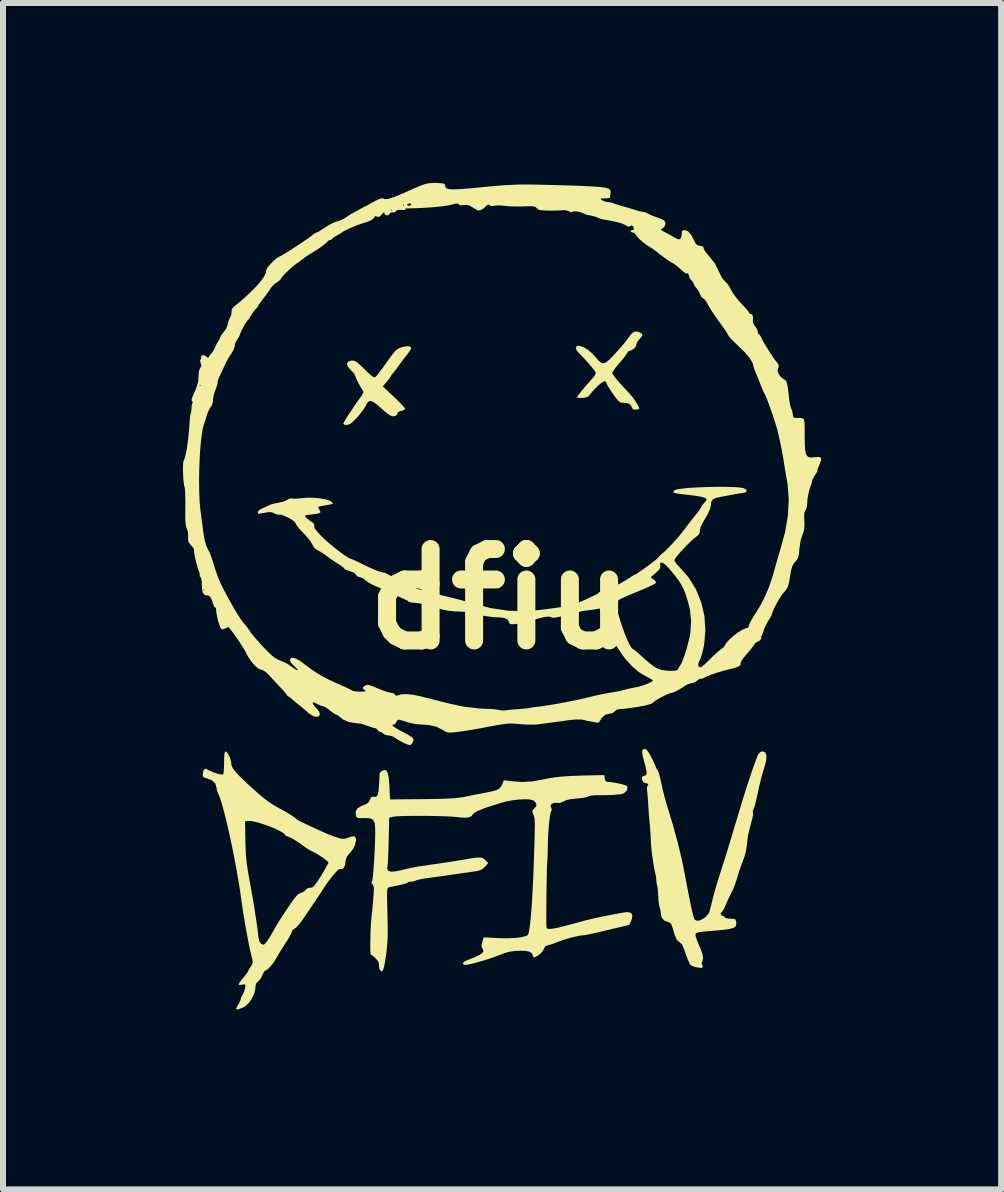
<source format=kicad_pcb>
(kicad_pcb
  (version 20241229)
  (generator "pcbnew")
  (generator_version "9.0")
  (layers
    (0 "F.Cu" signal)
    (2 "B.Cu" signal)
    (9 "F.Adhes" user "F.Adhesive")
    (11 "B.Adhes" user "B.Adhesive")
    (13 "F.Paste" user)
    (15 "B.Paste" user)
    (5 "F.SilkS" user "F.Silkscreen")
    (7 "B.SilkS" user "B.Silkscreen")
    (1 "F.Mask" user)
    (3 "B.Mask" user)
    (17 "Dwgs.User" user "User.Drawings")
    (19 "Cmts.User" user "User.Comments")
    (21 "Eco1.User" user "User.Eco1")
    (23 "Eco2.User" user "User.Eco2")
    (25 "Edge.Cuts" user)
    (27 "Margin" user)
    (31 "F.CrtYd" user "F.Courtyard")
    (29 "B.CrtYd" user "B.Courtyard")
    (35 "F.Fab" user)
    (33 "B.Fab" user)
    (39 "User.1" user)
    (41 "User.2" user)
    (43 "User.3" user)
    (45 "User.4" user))
  (footprint "dfiu"
    (layer "F.Cu")
    (at 5.29 6.938)
    (property "Reference" "dfiu" (at 0 0 0) (layer "F.SilkS") (effects (font (size 1.524 1.524) (thickness 0.3))))
    (attr board_only exclude_from_pos_files exclude_from_bom)
    (fp_poly (pts (xy -1.506 -4.213) (xy -1.483 -4.19) (xy -1.482 -4.184) (xy -1.494 -4.159) (xy -1.525 -4.113) (xy -1.569 -4.056) (xy -1.62 -3.991) (xy -1.667 -3.928) (xy -1.694 -3.889) (xy -1.737 -3.829) (xy -1.78 -3.777) (xy -1.812 -3.739) (xy -1.827 -3.713) (xy -1.827 -3.711) (xy -1.84 -3.689) (xy -1.871 -3.648) (xy -1.893 -3.622) (xy -1.959 -3.547) (xy -1.771 -3.371) (xy -1.7 -3.302) (xy -1.642 -3.242) (xy -1.601 -3.197) (xy -1.584 -3.173) (xy -1.584 -3.171) (xy -1.601 -3.153) (xy -1.645 -3.138) (xy -1.655 -3.136) (xy -1.698 -3.122) (xy -1.714 -3.105) (xy -1.713 -3.102) (xy -1.716 -3.076) (xy -1.747 -3.055) (xy -1.795 -3.047) (xy -1.797 -3.047) (xy -1.831 -3.06) (xy -1.883 -3.095) (xy -1.943 -3.144) (xy -1.949 -3.149) (xy -2.037 -3.228) (xy -2.102 -3.278) (xy -2.149 -3.301) (xy -2.185 -3.3) (xy -2.214 -3.274) (xy -2.242 -3.225) (xy -2.246 -3.217) (xy -2.277 -3.165) (xy -2.327 -3.098) (xy -2.385 -3.029) (xy -2.391 -3.023) (xy -2.455 -2.958) (xy -2.503 -2.921) (xy -2.542 -2.905) (xy -2.56 -2.903) (xy -2.602 -2.909) (xy -2.619 -2.923) (xy -2.608 -2.946) (xy -2.579 -2.996) (xy -2.536 -3.064) (xy -2.483 -3.143) (xy -2.427 -3.228) (xy -2.37 -3.309) (xy -2.319 -3.38) (xy -2.315 -3.386) (xy -2.285 -3.436) (xy -2.284 -3.468) (xy -2.289 -3.476) (xy -2.318 -3.519) (xy -2.352 -3.578) (xy -2.384 -3.64) (xy -2.408 -3.693) (xy -2.416 -3.721) (xy -2.43 -3.751) (xy -2.466 -3.793) (xy -2.488 -3.815) (xy -2.54 -3.875) (xy -2.556 -3.923) (xy -2.537 -3.958) (xy -2.483 -3.976) (xy -2.48 -3.976) (xy -2.446 -3.976) (xy -2.414 -3.965) (xy -2.376 -3.939) (xy -2.324 -3.892) (xy -2.27 -3.839) (xy -2.207 -3.778) (xy -2.152 -3.73) (xy -2.114 -3.701) (xy -2.101 -3.695) (xy -2.089 -3.698) (xy -2.073 -3.711) (xy -2.05 -3.736) (xy -2.017 -3.779) (xy -1.969 -3.842) (xy -1.905 -3.931) (xy -1.821 -4.049) (xy -1.819 -4.051) (xy -1.767 -4.119) (xy -1.724 -4.161) (xy -1.677 -4.187) (xy -1.638 -4.2) (xy -1.559 -4.216)) (stroke (width 0) (type solid)) (fill yes) (layer "F.SilkS"))
    (fp_poly (pts (xy 2.327 -4.445) (xy 2.363 -4.422) (xy 2.371 -4.4) (xy 2.351 -4.367) (xy 2.32 -4.333) (xy 2.286 -4.289) (xy 2.271 -4.253) (xy 2.271 -4.246) (xy 2.261 -4.212) (xy 2.228 -4.174) (xy 2.186 -4.147) (xy 2.163 -4.142) (xy 2.13 -4.125) (xy 2.118 -4.106) (xy 2.099 -4.076) (xy 2.061 -4.024) (xy 2.009 -3.961) (xy 1.987 -3.936) (xy 1.933 -3.871) (xy 1.892 -3.816) (xy 1.87 -3.778) (xy 1.868 -3.769) (xy 1.881 -3.74) (xy 1.916 -3.692) (xy 1.965 -3.633) (xy 1.977 -3.62) (xy 2.041 -3.55) (xy 2.107 -3.478) (xy 2.16 -3.421) (xy 2.16 -3.421) (xy 2.205 -3.367) (xy 2.249 -3.307) (xy 2.286 -3.249) (xy 2.311 -3.201) (xy 2.319 -3.172) (xy 2.315 -3.167) (xy 2.281 -3.162) (xy 2.271 -3.159) (xy 2.228 -3.158) (xy 2.218 -3.161) (xy 2.195 -3.187) (xy 2.193 -3.197) (xy 2.175 -3.237) (xy 2.128 -3.265) (xy 2.063 -3.273) (xy 2.061 -3.272) (xy 2.014 -3.275) (xy 1.977 -3.297) (xy 1.935 -3.345) (xy 1.881 -3.419) (xy 1.831 -3.493) (xy 1.792 -3.556) (xy 1.77 -3.6) (xy 1.766 -3.614) (xy 1.75 -3.632) (xy 1.736 -3.634) (xy 1.707 -3.62) (xy 1.661 -3.584) (xy 1.607 -3.535) (xy 1.553 -3.48) (xy 1.51 -3.429) (xy 1.49 -3.4) (xy 1.46 -3.372) (xy 1.403 -3.357) (xy 1.373 -3.354) (xy 1.318 -3.353) (xy 1.284 -3.358) (xy 1.279 -3.362) (xy 1.292 -3.386) (xy 1.326 -3.433) (xy 1.377 -3.496) (xy 1.438 -3.569) (xy 1.504 -3.643) (xy 1.519 -3.659) (xy 1.571 -3.721) (xy 1.593 -3.764) (xy 1.59 -3.783) (xy 1.562 -3.822) (xy 1.515 -3.88) (xy 1.457 -3.948) (xy 1.397 -4.014) (xy 1.344 -4.069) (xy 1.325 -4.087) (xy 1.277 -4.142) (xy 1.259 -4.186) (xy 1.273 -4.215) (xy 1.31 -4.223) (xy 1.377 -4.207) (xy 1.456 -4.161) (xy 1.537 -4.092) (xy 1.59 -4.034) (xy 1.641 -3.974) (xy 1.683 -3.939) (xy 1.722 -3.93) (xy 1.766 -3.948) (xy 1.82 -3.993) (xy 1.893 -4.068) (xy 1.911 -4.088) (xy 1.984 -4.168) (xy 2.053 -4.249) (xy 2.109 -4.319) (xy 2.138 -4.359) (xy 2.191 -4.427) (xy 2.24 -4.46) (xy 2.291 -4.46)) (stroke (width 0) (type solid)) (fill yes) (layer "F.SilkS"))
    (fp_poly (pts (xy 2.44 2.512) (xy 2.476 2.559) (xy 2.521 2.64) (xy 2.524 2.646) (xy 2.559 2.718) (xy 2.585 2.777) (xy 2.598 2.813) (xy 2.599 2.817) (xy 2.615 2.844) (xy 2.62 2.846) (xy 2.633 2.868) (xy 2.65 2.921) (xy 2.669 2.996) (xy 2.682 3.056) (xy 2.706 3.164) (xy 2.734 3.279) (xy 2.762 3.38) (xy 2.771 3.411) (xy 2.875 3.754) (xy 2.96 4.062) (xy 3.026 4.336) (xy 3.067 4.538) (xy 3.106 4.745) (xy 3.141 4.925) (xy 3.172 5.077) (xy 3.198 5.197) (xy 3.219 5.283) (xy 3.235 5.332) (xy 3.238 5.34) (xy 3.272 5.362) (xy 3.323 5.358) (xy 3.379 5.332) (xy 3.433 5.291) (xy 3.475 5.24) (xy 3.491 5.201) (xy 3.505 5.146) (xy 3.525 5.067) (xy 3.548 4.978) (xy 3.553 4.956) (xy 3.578 4.864) (xy 3.611 4.75) (xy 3.648 4.63) (xy 3.673 4.55) (xy 3.708 4.441) (xy 3.744 4.33) (xy 3.775 4.231) (xy 3.793 4.172) (xy 3.816 4.093) (xy 3.848 3.99) (xy 3.882 3.877) (xy 3.906 3.797) (xy 3.941 3.681) (xy 3.978 3.557) (xy 4.013 3.443) (xy 4.031 3.381) (xy 4.065 3.272) (xy 4.103 3.151) (xy 4.144 3.025) (xy 4.185 2.902) (xy 4.224 2.79) (xy 4.258 2.696) (xy 4.284 2.626) (xy 4.298 2.594) (xy 4.337 2.548) (xy 4.374 2.538) (xy 4.417 2.555) (xy 4.438 2.603) (xy 4.435 2.681) (xy 4.41 2.785) (xy 4.409 2.787) (xy 4.385 2.864) (xy 4.365 2.934) (xy 4.354 2.975) (xy 4.34 3.028) (xy 4.331 3.066) (xy 4.319 3.112) (xy 4.314 3.137) (xy 4.285 3.272) (xy 4.262 3.371) (xy 4.245 3.44) (xy 4.231 3.484) (xy 4.22 3.506) (xy 4.219 3.507) (xy 4.209 3.54) (xy 4.212 3.552) (xy 4.216 3.583) (xy 4.208 3.636) (xy 4.205 3.649) (xy 4.176 3.758) (xy 4.156 3.836) (xy 4.142 3.893) (xy 4.133 3.936) (xy 4.127 3.974) (xy 4.121 4.016) (xy 4.115 4.071) (xy 4.113 4.091) (xy 4.101 4.173) (xy 4.086 4.247) (xy 4.072 4.294) (xy 4.02 4.432) (xy 3.968 4.586) (xy 3.94 4.68) (xy 3.914 4.759) (xy 3.884 4.834) (xy 3.865 4.873) (xy 3.836 4.929) (xy 3.8 5.005) (xy 3.767 5.081) (xy 3.737 5.148) (xy 3.711 5.196) (xy 3.694 5.218) (xy 3.692 5.218) (xy 3.677 5.235) (xy 3.675 5.249) (xy 3.69 5.275) (xy 3.704 5.279) (xy 3.735 5.294) (xy 3.741 5.304) (xy 3.765 5.32) (xy 3.818 5.328) (xy 3.839 5.329) (xy 3.895 5.331) (xy 3.922 5.343) (xy 3.932 5.372) (xy 3.935 5.396) (xy 3.934 5.433) (xy 3.919 5.462) (xy 3.884 5.483) (xy 3.825 5.499) (xy 3.736 5.512) (xy 3.612 5.524) (xy 3.604 5.525) (xy 3.475 5.536) (xy 3.382 5.545) (xy 3.318 5.554) (xy 3.279 5.564) (xy 3.259 5.576) (xy 3.254 5.592) (xy 3.257 5.614) (xy 3.258 5.62) (xy 3.275 5.673) (xy 3.301 5.739) (xy 3.308 5.755) (xy 3.352 5.861) (xy 3.376 5.938) (xy 3.381 5.993) (xy 3.37 6.031) (xy 3.358 6.076) (xy 3.369 6.099) (xy 3.379 6.132) (xy 3.356 6.149) (xy 3.342 6.149) (xy 3.308 6.144) (xy 3.255 6.135) (xy 3.251 6.134) (xy 3.199 6.117) (xy 3.167 6.093) (xy 3.165 6.091) (xy 3.127 6.01) (xy 3.089 5.91) (xy 3.063 5.83) (xy 3.032 5.759) (xy 2.992 5.721) (xy 2.962 5.701) (xy 2.937 5.667) (xy 2.913 5.61) (xy 2.886 5.524) (xy 2.877 5.492) (xy 2.856 5.429) (xy 2.832 5.396) (xy 2.8 5.384) (xy 2.8 5.384) (xy 2.732 5.357) (xy 2.69 5.306) (xy 2.68 5.257) (xy 2.672 5.192) (xy 2.66 5.147) (xy 2.649 5.1) (xy 2.639 5.028) (xy 2.634 4.948) (xy 2.629 4.873) (xy 2.623 4.814) (xy 2.617 4.782) (xy 2.617 4.782) (xy 2.609 4.749) (xy 2.602 4.695) (xy 2.601 4.682) (xy 2.597 4.628) (xy 2.59 4.593) (xy 2.589 4.589) (xy 2.582 4.563) (xy 2.571 4.507) (xy 2.557 4.43) (xy 2.544 4.344) (xy 2.531 4.257) (xy 2.526 4.213) (xy 2.52 4.152) (xy 2.513 4.068) (xy 2.508 3.978) (xy 2.508 3.969) (xy 2.503 3.879) (xy 2.497 3.794) (xy 2.491 3.73) (xy 2.49 3.726) (xy 2.485 3.671) (xy 2.478 3.589) (xy 2.471 3.491) (xy 2.467 3.421) (xy 2.461 3.327) (xy 2.454 3.246) (xy 2.448 3.188) (xy 2.444 3.164) (xy 2.447 3.128) (xy 2.456 3.117) (xy 2.469 3.095) (xy 2.452 3.074) (xy 2.416 3.066) (xy 2.382 3.049) (xy 2.361 3.01) (xy 2.363 2.969) (xy 2.365 2.965) (xy 2.395 2.945) (xy 2.405 2.944) (xy 2.43 2.936) (xy 2.441 2.908) (xy 2.436 2.855) (xy 2.417 2.771) (xy 2.403 2.722) (xy 2.377 2.624) (xy 2.366 2.558) (xy 2.37 2.519) (xy 2.389 2.501) (xy 2.412 2.497)) (stroke (width 0) (type solid)) (fill yes) (layer "F.SilkS"))
    (fp_poly (pts (xy -4.556 2.555) (xy -4.528 2.599) (xy -4.503 2.654) (xy -4.488 2.708) (xy -4.486 2.726) (xy -4.481 2.767) (xy -4.465 2.809) (xy -4.434 2.856) (xy -4.385 2.913) (xy -4.314 2.985) (xy -4.217 3.077) (xy -4.159 3.13) (xy -4.043 3.234) (xy -3.947 3.315) (xy -3.862 3.379) (xy -3.78 3.433) (xy -3.692 3.484) (xy -3.674 3.493) (xy -3.587 3.541) (xy -3.51 3.587) (xy -3.452 3.624) (xy -3.424 3.645) (xy -3.372 3.685) (xy -3.33 3.709) (xy -3.29 3.728) (xy -3.225 3.759) (xy -3.143 3.797) (xy -3.086 3.824) (xy -2.987 3.869) (xy -2.883 3.914) (xy -2.792 3.95) (xy -2.757 3.962) (xy -2.684 3.986) (xy -2.636 3.997) (xy -2.596 3.996) (xy -2.553 3.984) (xy -2.53 3.976) (xy -2.471 3.957) (xy -2.437 3.955) (xy -2.417 3.968) (xy -2.402 4.006) (xy -2.404 4.023) (xy -2.415 4.063) (xy -2.425 4.106) (xy -2.447 4.154) (xy -2.487 4.21) (xy -2.508 4.232) (xy -2.559 4.296) (xy -2.578 4.355) (xy -2.579 4.366) (xy -2.587 4.43) (xy -2.607 4.479) (xy -2.635 4.501) (xy -2.649 4.5) (xy -2.686 4.503) (xy -2.705 4.514) (xy -2.734 4.545) (xy -2.779 4.597) (xy -2.829 4.659) (xy -2.875 4.719) (xy -2.908 4.765) (xy -2.914 4.775) (xy -2.934 4.807) (xy -2.972 4.865) (xy -3.024 4.943) (xy -3.084 5.034) (xy -3.149 5.129) (xy -3.212 5.223) (xy -3.27 5.309) (xy -3.311 5.368) (xy -3.358 5.428) (xy -3.401 5.475) (xy -3.432 5.497) (xy -3.433 5.497) (xy -3.465 5.52) (xy -3.472 5.54) (xy -3.483 5.571) (xy -3.512 5.626) (xy -3.553 5.695) (xy -3.579 5.734) (xy -3.633 5.818) (xy -3.685 5.902) (xy -3.726 5.973) (xy -3.736 5.991) (xy -3.777 6.057) (xy -3.825 6.119) (xy -3.872 6.167) (xy -3.91 6.191) (xy -3.917 6.193) (xy -3.935 6.21) (xy -3.958 6.253) (xy -3.967 6.273) (xy -3.996 6.329) (xy -4.031 6.369) (xy -4.04 6.375) (xy -4.07 6.405) (xy -4.081 6.458) (xy -4.081 6.476) (xy -4.096 6.561) (xy -4.135 6.651) (xy -4.191 6.732) (xy -4.255 6.792) (xy -4.29 6.811) (xy -4.361 6.837) (xy -4.399 6.841) (xy -4.406 6.833) (xy -4.396 6.811) (xy -4.373 6.769) (xy -4.365 6.757) (xy -4.339 6.706) (xy -4.325 6.666) (xy -4.325 6.661) (xy -4.312 6.623) (xy -4.297 6.6) (xy -4.275 6.559) (xy -4.257 6.501) (xy -4.255 6.492) (xy -4.248 6.443) (xy -4.256 6.424) (xy -4.285 6.425) (xy -4.304 6.429) (xy -4.346 6.433) (xy -4.365 6.427) (xy -4.365 6.426) (xy -4.353 6.404) (xy -4.322 6.361) (xy -4.284 6.314) (xy -4.242 6.262) (xy -4.212 6.221) (xy -4.203 6.203) (xy -4.192 6.179) (xy -4.166 6.137) (xy -4.16 6.129) (xy -4.138 6.094) (xy -4.128 6.063) (xy -4.131 6.023) (xy -4.145 5.96) (xy -4.149 5.943) (xy -4.175 5.833) (xy -4.203 5.693) (xy -4.233 5.535) (xy -4.262 5.369) (xy -4.289 5.207) (xy -4.31 5.058) (xy -4.315 5.025) (xy -4.338 4.86) (xy -4.367 4.68) (xy -4.401 4.491) (xy -4.437 4.297) (xy -4.476 4.104) (xy -4.516 3.918) (xy -4.556 3.744) (xy -4.565 3.705) (xy -4.254 3.705) (xy -4.249 4.029) (xy -4.245 4.167) (xy -4.238 4.286) (xy -4.227 4.4) (xy -4.209 4.523) (xy -4.184 4.667) (xy -4.174 4.719) (xy -4.146 4.877) (xy -4.117 5.041) (xy -4.091 5.203) (xy -4.068 5.354) (xy -4.049 5.487) (xy -4.036 5.593) (xy -4.031 5.643) (xy -4.015 5.707) (xy -3.985 5.75) (xy -3.945 5.762) (xy -3.943 5.762) (xy -3.919 5.743) (xy -3.883 5.697) (xy -3.841 5.634) (xy -3.835 5.624) (xy -3.796 5.556) (xy -3.763 5.499) (xy -3.745 5.464) (xy -3.744 5.462) (xy -3.728 5.435) (xy -3.694 5.381) (xy -3.646 5.306) (xy -3.589 5.218) (xy -3.558 5.171) (xy -3.488 5.068) (xy -3.435 4.994) (xy -3.394 4.945) (xy -3.363 4.916) (xy -3.335 4.902) (xy -3.326 4.9) (xy -3.277 4.879) (xy -3.247 4.85) (xy -3.209 4.819) (xy -3.169 4.812) (xy -3.141 4.809) (xy -3.115 4.794) (xy -3.086 4.763) (xy -3.049 4.71) (xy -2.997 4.628) (xy -2.986 4.612) (xy -2.938 4.531) (xy -2.898 4.462) (xy -2.871 4.412) (xy -2.863 4.39) (xy -2.879 4.371) (xy -2.921 4.338) (xy -2.978 4.298) (xy -3.042 4.256) (xy -3.103 4.221) (xy -3.15 4.198) (xy -3.154 4.196) (xy -3.197 4.174) (xy -3.246 4.141) (xy -3.322 4.085) (xy -3.399 4.034) (xy -3.468 3.992) (xy -3.52 3.966) (xy -3.543 3.959) (xy -3.578 3.943) (xy -3.586 3.93) (xy -3.613 3.902) (xy -3.672 3.867) (xy -3.752 3.828) (xy -3.846 3.789) (xy -3.945 3.754) (xy -4.04 3.725) (xy -4.123 3.705) (xy -4.185 3.698) (xy -4.196 3.699) (xy -4.254 3.705) (xy -4.565 3.705) (xy -4.594 3.587) (xy -4.63 3.452) (xy -4.662 3.345) (xy -4.689 3.271) (xy -4.697 3.255) (xy -4.72 3.197) (xy -4.731 3.146) (xy -4.731 3.143) (xy -4.751 3.074) (xy -4.806 3.022) (xy -4.879 2.993) (xy -4.932 2.977) (xy -4.956 2.957) (xy -4.961 2.924) (xy -4.96 2.914) (xy -4.947 2.855) (xy -4.922 2.828) (xy -4.889 2.836) (xy -4.889 2.837) (xy -4.847 2.861) (xy -4.788 2.886) (xy -4.723 2.908) (xy -4.666 2.922) (xy -4.627 2.925) (xy -4.618 2.921) (xy -4.612 2.892) (xy -4.607 2.833) (xy -4.604 2.755) (xy -4.604 2.719) (xy -4.602 2.623) (xy -4.595 2.564) (xy -4.584 2.539) (xy -4.58 2.538)) (stroke (width 0) (type solid)) (fill yes) (layer "F.SilkS"))
    (fp_poly (pts (xy -1.896 2.862) (xy -1.874 2.904) (xy -1.859 2.98) (xy -1.849 3.091) (xy -1.848 3.122) (xy -1.837 3.34) (xy -1.297 3.335) (xy -1.122 3.333) (xy -0.981 3.33) (xy -0.867 3.326) (xy -0.775 3.32) (xy -0.696 3.312) (xy -0.625 3.302) (xy -0.556 3.289) (xy -0.455 3.268) (xy -0.356 3.249) (xy -0.274 3.233) (xy -0.246 3.228) (xy -0.139 3.207) (xy -0.065 3.185) (xy -0.016 3.158) (xy 0.016 3.122) (xy 0.031 3.092) (xy 0.061 3.02) (xy 0.188 3.036) (xy 0.362 3.05) (xy 0.529 3.04) (xy 0.673 3.015) (xy 0.797 2.99) (xy 0.914 2.971) (xy 1.037 2.958) (xy 1.175 2.949) (xy 1.34 2.943) (xy 1.411 2.941) (xy 1.736 2.934) (xy 1.742 2.99) (xy 1.755 3.03) (xy 1.773 3.046) (xy 1.838 3.051) (xy 1.915 3.063) (xy 1.993 3.078) (xy 2.06 3.095) (xy 2.102 3.111) (xy 2.11 3.116) (xy 2.123 3.153) (xy 2.107 3.196) (xy 2.071 3.232) (xy 2.021 3.252) (xy 2.015 3.252) (xy 1.954 3.257) (xy 1.888 3.264) (xy 1.833 3.268) (xy 1.753 3.269) (xy 1.666 3.269) (xy 1.659 3.269) (xy 1.569 3.27) (xy 1.503 3.278) (xy 1.472 3.289) (xy 1.439 3.302) (xy 1.377 3.314) (xy 1.299 3.323) (xy 1.275 3.325) (xy 1.167 3.336) (xy 1.095 3.353) (xy 1.06 3.372) (xy 0.996 3.399) (xy 0.947 3.397) (xy 0.891 3.399) (xy 0.852 3.419) (xy 0.838 3.451) (xy 0.85 3.479) (xy 0.86 3.512) (xy 0.854 3.524) (xy 0.842 3.556) (xy 0.829 3.62) (xy 0.817 3.709) (xy 0.807 3.816) (xy 0.799 3.932) (xy 0.794 4.05) (xy 0.793 4.122) (xy 0.791 4.218) (xy 0.789 4.304) (xy 0.785 4.37) (xy 0.782 4.396) (xy 0.78 4.429) (xy 0.778 4.495) (xy 0.776 4.588) (xy 0.774 4.701) (xy 0.772 4.827) (xy 0.77 4.958) (xy 0.769 5.088) (xy 0.768 5.21) (xy 0.768 5.317) (xy 0.768 5.402) (xy 0.769 5.457) (xy 0.77 5.467) (xy 0.775 5.485) (xy 0.79 5.496) (xy 0.819 5.5) (xy 0.866 5.496) (xy 0.934 5.484) (xy 1.028 5.462) (xy 1.151 5.43) (xy 1.308 5.388) (xy 1.404 5.362) (xy 1.482 5.342) (xy 1.581 5.319) (xy 1.692 5.295) (xy 1.806 5.272) (xy 1.915 5.251) (xy 2.01 5.234) (xy 2.083 5.222) (xy 2.124 5.218) (xy 2.179 5.232) (xy 2.202 5.27) (xy 2.194 5.332) (xy 2.185 5.356) (xy 2.151 5.431) (xy 1.791 5.518) (xy 1.673 5.546) (xy 1.567 5.57) (xy 1.48 5.589) (xy 1.418 5.601) (xy 1.391 5.604) (xy 1.334 5.61) (xy 1.251 5.627) (xy 1.156 5.651) (xy 1.06 5.679) (xy 0.976 5.709) (xy 0.954 5.717) (xy 0.885 5.745) (xy 0.823 5.764) (xy 0.793 5.771) (xy 0.749 5.79) (xy 0.725 5.838) (xy 0.704 5.874) (xy 0.668 5.912) (xy 0.625 5.946) (xy 0.585 5.969) (xy 0.556 5.974) (xy 0.548 5.961) (xy 0.537 5.926) (xy 0.521 5.899) (xy 0.483 5.877) (xy 0.417 5.865) (xy 0.331 5.862) (xy 0.237 5.867) (xy 0.145 5.881) (xy 0.064 5.904) (xy 0.047 5.911) (xy -0.04 5.945) (xy -0.141 5.982) (xy -0.248 6.017) (xy -0.354 6.048) (xy -0.45 6.074) (xy -0.529 6.092) (xy -0.582 6.1) (xy -0.599 6.098) (xy -0.625 6.078) (xy -0.611 6.053) (xy -0.558 6.023) (xy -0.493 5.998) (xy -0.418 5.968) (xy -0.352 5.936) (xy -0.318 5.914) (xy -0.284 5.883) (xy -0.28 5.858) (xy -0.295 5.833) (xy -0.311 5.796) (xy -0.309 5.751) (xy -0.299 5.716) (xy -0.276 5.639) (xy -0.031 5.652) (xy 0.113 5.655) (xy 0.242 5.65) (xy 0.348 5.638) (xy 0.426 5.618) (xy 0.458 5.601) (xy 0.472 5.571) (xy 0.486 5.502) (xy 0.5 5.398) (xy 0.513 5.26) (xy 0.526 5.091) (xy 0.538 4.893) (xy 0.549 4.668) (xy 0.559 4.42) (xy 0.56 4.386) (xy 0.566 4.196) (xy 0.571 4.042) (xy 0.574 3.921) (xy 0.576 3.827) (xy 0.577 3.756) (xy 0.575 3.703) (xy 0.572 3.665) (xy 0.567 3.637) (xy 0.561 3.614) (xy 0.553 3.595) (xy 0.536 3.548) (xy 0.539 3.52) (xy 0.565 3.495) (xy 0.569 3.492) (xy 0.602 3.448) (xy 0.598 3.401) (xy 0.557 3.36) (xy 0.548 3.355) (xy 0.496 3.341) (xy 0.415 3.337) (xy 0.316 3.341) (xy 0.21 3.353) (xy 0.107 3.373) (xy 0.061 3.384) (xy -0.115 3.437) (xy -0.255 3.483) (xy -0.359 3.524) (xy -0.425 3.558) (xy -0.45 3.581) (xy -0.479 3.617) (xy -0.52 3.638) (xy -0.581 3.645) (xy -0.671 3.64) (xy -0.723 3.634) (xy -0.798 3.627) (xy -0.899 3.622) (xy -1.02 3.618) (xy -1.153 3.615) (xy -1.29 3.614) (xy -1.425 3.614) (xy -1.549 3.615) (xy -1.656 3.618) (xy -1.739 3.623) (xy -1.789 3.629) (xy -1.793 3.63) (xy -1.851 3.646) (xy -1.86 4.021) (xy -1.863 4.143) (xy -1.867 4.253) (xy -1.871 4.345) (xy -1.875 4.41) (xy -1.878 4.44) (xy -1.884 4.494) (xy -1.869 4.528) (xy -1.829 4.544) (xy -1.762 4.542) (xy -1.663 4.523) (xy -1.605 4.509) (xy -1.549 4.495) (xy -1.495 4.483) (xy -1.436 4.471) (xy -1.368 4.459) (xy -1.282 4.446) (xy -1.173 4.43) (xy -1.033 4.41) (xy -0.944 4.397) (xy -0.831 4.38) (xy -0.712 4.361) (xy -0.605 4.344) (xy -0.558 4.335) (xy -0.451 4.317) (xy -0.375 4.308) (xy -0.322 4.309) (xy -0.284 4.321) (xy -0.254 4.345) (xy -0.246 4.352) (xy -0.201 4.4) (xy -0.252 4.461) (xy -0.304 4.507) (xy -0.372 4.531) (xy -0.4 4.536) (xy -0.463 4.545) (xy -0.551 4.558) (xy -0.652 4.572) (xy -0.711 4.581) (xy -0.803 4.594) (xy -0.884 4.605) (xy -0.942 4.614) (xy -0.964 4.617) (xy -1.002 4.623) (xy -1.068 4.632) (xy -1.152 4.643) (xy -1.198 4.649) (xy -1.283 4.662) (xy -1.354 4.676) (xy -1.399 4.688) (xy -1.41 4.693) (xy -1.443 4.706) (xy -1.485 4.71) (xy -1.53 4.716) (xy -1.551 4.728) (xy -1.576 4.741) (xy -1.628 4.756) (xy -1.69 4.771) (xy -1.763 4.785) (xy -1.824 4.799) (xy -1.855 4.806) (xy -1.868 4.811) (xy -1.877 4.823) (xy -1.883 4.847) (xy -1.886 4.887) (xy -1.887 4.95) (xy -1.886 5.04) (xy -1.883 5.162) (xy -1.881 5.246) (xy -1.877 5.41) (xy -1.876 5.543) (xy -1.878 5.655) (xy -1.884 5.757) (xy -1.894 5.857) (xy -1.904 5.937) (xy -1.923 6.06) (xy -1.94 6.145) (xy -1.958 6.193) (xy -1.977 6.208) (xy -1.998 6.193) (xy -2.01 6.173) (xy -2.023 6.124) (xy -2.021 6.093) (xy -2.028 6.051) (xy -2.072 5.995) (xy -2.074 5.992) (xy -2.118 5.954) (xy -2.15 5.931) (xy -2.158 5.929) (xy -2.163 5.91) (xy -2.166 5.858) (xy -2.167 5.782) (xy -2.166 5.689) (xy -2.164 5.588) (xy -2.16 5.486) (xy -2.154 5.391) (xy -2.147 5.311) (xy -2.146 5.299) (xy -2.135 5.2) (xy -2.125 5.095) (xy -2.117 4.993) (xy -2.11 4.904) (xy -2.107 4.837) (xy -2.108 4.803) (xy -2.123 4.762) (xy -2.136 4.748) (xy -2.149 4.726) (xy -2.138 4.707) (xy -2.131 4.68) (xy -2.123 4.619) (xy -2.115 4.532) (xy -2.107 4.426) (xy -2.1 4.307) (xy -2.093 4.184) (xy -2.088 4.063) (xy -2.085 3.952) (xy -2.084 3.857) (xy -2.085 3.82) (xy -2.093 3.736) (xy -2.116 3.684) (xy -2.162 3.657) (xy -2.238 3.65) (xy -2.272 3.651) (xy -2.341 3.652) (xy -2.38 3.646) (xy -2.399 3.63) (xy -2.405 3.616) (xy -2.412 3.546) (xy -2.382 3.49) (xy -2.315 3.449) (xy -2.294 3.441) (xy -2.229 3.415) (xy -2.192 3.383) (xy -2.174 3.347) (xy -2.152 3.303) (xy -2.124 3.293) (xy -2.113 3.295) (xy -2.084 3.299) (xy -2.062 3.29) (xy -2.045 3.265) (xy -2.033 3.218) (xy -2.024 3.144) (xy -2.017 3.038) (xy -2.011 2.909) (xy -1.994 2.881) (xy -1.967 2.862) (xy -1.926 2.849)) (stroke (width 0) (type solid)) (fill yes) (layer "F.SilkS"))
    (fp_poly (pts (xy -1.066 -6.938) (xy -0.991 -6.934) (xy -0.947 -6.928) (xy -0.926 -6.915) (xy -0.918 -6.893) (xy -0.918 -6.89) (xy -0.912 -6.868) (xy -0.9 -6.851) (xy -0.876 -6.84) (xy -0.838 -6.833) (xy -0.782 -6.83) (xy -0.703 -6.833) (xy -0.597 -6.84) (xy -0.461 -6.852) (xy -0.291 -6.868) (xy -0.183 -6.879) (xy 0.065 -6.9) (xy 0.291 -6.911) (xy 0.51 -6.912) (xy 0.548 -6.911) (xy 0.805 -6.905) (xy 1.024 -6.899) (xy 1.209 -6.894) (xy 1.362 -6.888) (xy 1.487 -6.882) (xy 1.587 -6.876) (xy 1.665 -6.87) (xy 1.724 -6.863) (xy 1.767 -6.855) (xy 1.798 -6.846) (xy 1.813 -6.839) (xy 1.839 -6.807) (xy 1.84 -6.765) (xy 1.832 -6.719) (xy 1.829 -6.695) (xy 1.81 -6.686) (xy 1.764 -6.68) (xy 1.742 -6.68) (xy 1.691 -6.679) (xy 1.674 -6.673) (xy 1.686 -6.658) (xy 1.697 -6.65) (xy 1.747 -6.627) (xy 1.792 -6.62) (xy 1.848 -6.613) (xy 1.883 -6.601) (xy 1.919 -6.587) (xy 1.982 -6.567) (xy 2.06 -6.544) (xy 2.081 -6.538) (xy 2.163 -6.514) (xy 2.235 -6.493) (xy 2.284 -6.477) (xy 2.29 -6.475) (xy 2.347 -6.46) (xy 2.382 -6.456) (xy 2.434 -6.443) (xy 2.465 -6.426) (xy 2.506 -6.404) (xy 2.57 -6.379) (xy 2.61 -6.366) (xy 2.674 -6.343) (xy 2.723 -6.319) (xy 2.74 -6.305) (xy 2.755 -6.26) (xy 2.74 -6.212) (xy 2.703 -6.177) (xy 2.697 -6.175) (xy 2.679 -6.164) (xy 2.688 -6.15) (xy 2.726 -6.127) (xy 2.755 -6.112) (xy 2.824 -6.076) (xy 2.887 -6.04) (xy 2.909 -6.025) (xy 2.966 -5.997) (xy 3.004 -6.005) (xy 3.023 -6.049) (xy 3.025 -6.08) (xy 3.029 -6.129) (xy 3.046 -6.149) (xy 3.075 -6.152) (xy 3.129 -6.133) (xy 3.181 -6.077) (xy 3.227 -5.99) (xy 3.229 -5.985) (xy 3.26 -5.925) (xy 3.295 -5.896) (xy 3.345 -5.888) (xy 3.383 -5.876) (xy 3.391 -5.85) (xy 3.404 -5.817) (xy 3.439 -5.767) (xy 3.481 -5.719) (xy 3.579 -5.595) (xy 3.644 -5.462) (xy 3.696 -5.357) (xy 3.746 -5.299) (xy 3.789 -5.254) (xy 3.818 -5.211) (xy 3.82 -5.208) (xy 3.883 -5.093) (xy 3.971 -4.979) (xy 4.037 -4.908) (xy 4.09 -4.852) (xy 4.129 -4.806) (xy 4.147 -4.779) (xy 4.147 -4.776) (xy 4.156 -4.761) (xy 4.157 -4.761) (xy 4.2 -4.744) (xy 4.216 -4.7) (xy 4.213 -4.669) (xy 4.211 -4.618) (xy 4.235 -4.566) (xy 4.254 -4.539) (xy 4.284 -4.492) (xy 4.296 -4.456) (xy 4.295 -4.447) (xy 4.295 -4.428) (xy 4.303 -4.426) (xy 4.324 -4.409) (xy 4.348 -4.368) (xy 4.352 -4.36) (xy 4.379 -4.305) (xy 4.423 -4.229) (xy 4.476 -4.143) (xy 4.53 -4.06) (xy 4.579 -3.989) (xy 4.615 -3.944) (xy 4.642 -3.904) (xy 4.641 -3.867) (xy 4.634 -3.85) (xy 4.624 -3.807) (xy 4.638 -3.762) (xy 4.65 -3.74) (xy 4.686 -3.695) (xy 4.724 -3.667) (xy 4.727 -3.666) (xy 4.752 -3.653) (xy 4.77 -3.628) (xy 4.784 -3.585) (xy 4.796 -3.516) (xy 4.808 -3.414) (xy 4.811 -3.384) (xy 4.822 -3.301) (xy 4.834 -3.233) (xy 4.845 -3.189) (xy 4.849 -3.181) (xy 4.865 -3.146) (xy 4.876 -3.091) (xy 4.876 -3.086) (xy 4.885 -3.039) (xy 4.903 -3.021) (xy 4.934 -3.021) (xy 4.994 -3.021) (xy 5.03 -3.016) (xy 5.048 -3.009) (xy 5.061 -2.997) (xy 5.069 -2.973) (xy 5.074 -2.929) (xy 5.075 -2.86) (xy 5.076 -2.759) (xy 5.076 -2.725) (xy 5.077 -2.592) (xy 5.083 -2.494) (xy 5.094 -2.427) (xy 5.115 -2.386) (xy 5.146 -2.365) (xy 5.19 -2.361) (xy 5.238 -2.365) (xy 5.309 -2.37) (xy 5.346 -2.357) (xy 5.351 -2.322) (xy 5.333 -2.269) (xy 5.299 -2.187) (xy 5.286 -2.14) (xy 5.287 -2.132) (xy 5.277 -2.11) (xy 5.252 -2.07) (xy 5.243 -2.058) (xy 5.213 -2.008) (xy 5.198 -1.967) (xy 5.198 -1.961) (xy 5.188 -1.915) (xy 5.179 -1.893) (xy 5.157 -1.835) (xy 5.137 -1.753) (xy 5.122 -1.664) (xy 5.117 -1.586) (xy 5.11 -1.527) (xy 5.093 -1.483) (xy 5.088 -1.477) (xy 5.072 -1.447) (xy 5.066 -1.394) (xy 5.07 -1.31) (xy 5.072 -1.233) (xy 5.068 -1.167) (xy 5.059 -1.129) (xy 5.011 -0.992) (xy 4.986 -0.831) (xy 4.985 -0.811) (xy 4.978 -0.734) (xy 4.962 -0.681) (xy 4.932 -0.638) (xy 4.918 -0.622) (xy 4.888 -0.584) (xy 4.866 -0.54) (xy 4.849 -0.478) (xy 4.833 -0.389) (xy 4.831 -0.376) (xy 4.816 -0.285) (xy 4.801 -0.223) (xy 4.781 -0.178) (xy 4.751 -0.136) (xy 4.728 -0.111) (xy 4.69 -0.062) (xy 4.646 0.007) (xy 4.602 0.083) (xy 4.564 0.158) (xy 4.537 0.22) (xy 4.528 0.257) (xy 4.517 0.282) (xy 4.49 0.329) (xy 4.467 0.365) (xy 4.43 0.43) (xy 4.402 0.492) (xy 4.394 0.517) (xy 4.378 0.57) (xy 4.36 0.605) (xy 4.348 0.633) (xy 4.351 0.642) (xy 4.349 0.664) (xy 4.326 0.691) (xy 4.296 0.709) (xy 4.286 0.711) (xy 4.261 0.726) (xy 4.231 0.764) (xy 4.229 0.766) (xy 4.198 0.81) (xy 4.149 0.87) (xy 4.096 0.932) (xy 4.049 0.989) (xy 4.018 1.037) (xy 4.007 1.066) (xy 4.008 1.067) (xy 4.006 1.098) (xy 3.972 1.125) (xy 3.903 1.149) (xy 3.835 1.166) (xy 3.73 1.192) (xy 3.622 1.224) (xy 3.524 1.257) (xy 3.445 1.289) (xy 3.401 1.311) (xy 3.364 1.328) (xy 3.343 1.326) (xy 3.321 1.33) (xy 3.289 1.356) (xy 3.288 1.357) (xy 3.241 1.389) (xy 3.195 1.401) (xy 3.144 1.413) (xy 3.087 1.441) (xy 3.079 1.447) (xy 3.009 1.493) (xy 2.94 1.532) (xy 2.885 1.557) (xy 2.86 1.563) (xy 2.822 1.573) (xy 2.761 1.598) (xy 2.692 1.633) (xy 2.626 1.669) (xy 2.575 1.702) (xy 2.555 1.72) (xy 2.529 1.74) (xy 2.477 1.759) (xy 2.394 1.779) (xy 2.294 1.797) (xy 2.196 1.812) (xy 2.106 1.824) (xy 2.037 1.831) (xy 2.001 1.832) (xy 1.94 1.844) (xy 1.914 1.868) (xy 1.873 1.9) (xy 1.835 1.909) (xy 1.756 1.925) (xy 1.695 1.977) (xy 1.674 2.012) (xy 1.646 2.053) (xy 1.617 2.063) (xy 1.599 2.059) (xy 1.543 2.046) (xy 1.503 2.04) (xy 1.45 2.031) (xy 1.419 2.021) (xy 1.355 2.008) (xy 1.262 2.007) (xy 1.149 2.017) (xy 1.147 2.018) (xy 1.01 2.037) (xy 0.873 2.055) (xy 0.75 2.072) (xy 0.65 2.085) (xy 0.619 2.089) (xy 0.552 2.093) (xy 0.461 2.092) (xy 0.361 2.087) (xy 0.325 2.084) (xy 0.259 2.078) (xy 0.204 2.075) (xy 0.152 2.075) (xy 0.096 2.079) (xy 0.029 2.088) (xy -0.055 2.102) (xy -0.165 2.122) (xy -0.306 2.149) (xy -0.325 2.153) (xy -0.438 2.173) (xy -0.559 2.193) (xy -0.669 2.209) (xy -0.709 2.214) (xy -0.794 2.223) (xy -0.85 2.225) (xy -0.889 2.219) (xy -0.922 2.204) (xy -0.953 2.184) (xy -1.064 2.128) (xy -1.196 2.098) (xy -1.311 2.091) (xy -1.414 2.083) (xy -1.52 2.061) (xy -1.553 2.051) (xy -1.62 2.029) (xy -1.673 2.014) (xy -1.696 2.01) (xy -1.721 2.027) (xy -1.732 2.051) (xy -1.754 2.084) (xy -1.776 2.091) (xy -1.8 2.097) (xy -1.79 2.116) (xy -1.745 2.148) (xy -1.664 2.194) (xy -1.622 2.216) (xy -1.548 2.256) (xy -1.489 2.292) (xy -1.454 2.319) (xy -1.448 2.326) (xy -1.449 2.364) (xy -1.469 2.406) (xy -1.497 2.433) (xy -1.508 2.435) (xy -1.539 2.426) (xy -1.592 2.404) (xy -1.633 2.385) (xy -1.695 2.351) (xy -1.747 2.319) (xy -1.766 2.305) (xy -1.811 2.282) (xy -1.862 2.274) (xy -1.915 2.265) (xy -1.949 2.244) (xy -1.984 2.218) (xy -2.003 2.213) (xy -2.035 2.197) (xy -2.043 2.183) (xy -2.07 2.156) (xy -2.085 2.152) (xy -2.124 2.144) (xy -2.176 2.125) (xy -2.18 2.124) (xy -2.313 2.08) (xy -2.447 2.063) (xy -2.537 2.046) (xy -2.62 2.008) (xy -2.679 1.961) (xy -2.712 1.934) (xy -2.73 1.929) (xy -2.758 1.916) (xy -2.804 1.885) (xy -2.837 1.858) (xy -2.89 1.818) (xy -2.936 1.792) (xy -2.955 1.787) (xy -2.994 1.776) (xy -3.047 1.751) (xy -3.058 1.744) (xy -3.106 1.722) (xy -3.127 1.725) (xy -3.121 1.752) (xy -3.087 1.795) (xy -3.065 1.818) (xy -3.019 1.876) (xy -3.007 1.922) (xy -3.022 1.952) (xy -3.059 1.964) (xy -3.113 1.953) (xy -3.176 1.917) (xy -3.198 1.898) (xy -3.261 1.843) (xy -3.326 1.789) (xy -3.35 1.77) (xy -3.407 1.724) (xy -3.459 1.678) (xy -3.468 1.67) (xy -3.506 1.638) (xy -3.533 1.624) (xy -3.534 1.624) (xy -3.553 1.61) (xy -3.553 1.607) (xy -3.566 1.584) (xy -3.601 1.542) (xy -3.649 1.49) (xy -3.65 1.489) (xy -3.718 1.416) (xy -3.794 1.334) (xy -3.84 1.283) (xy -3.909 1.215) (xy -3.963 1.182) (xy -3.984 1.178) (xy -4.03 1.16) (xy -4.087 1.113) (xy -4.147 1.043) (xy -4.205 0.959) (xy -4.25 0.873) (xy -4.273 0.831) (xy -4.311 0.771) (xy -4.357 0.7) (xy -4.408 0.627) (xy -4.456 0.56) (xy -4.497 0.506) (xy -4.524 0.473) (xy -4.532 0.467) (xy -4.561 0.477) (xy -4.587 0.491) (xy -4.627 0.505) (xy -4.654 0.492) (xy -4.671 0.462) (xy -4.692 0.404) (xy -4.712 0.333) (xy -4.727 0.26) (xy -4.736 0.199) (xy -4.736 0.178) (xy -4.742 0.148) (xy -4.751 0.142) (xy -4.769 0.125) (xy -4.782 0.096) (xy -4.808 0.014) (xy -4.834 -0.036) (xy -4.862 -0.058) (xy -4.881 -0.061) (xy -4.928 -0.07) (xy -4.957 -0.102) (xy -4.969 -0.152) (xy -4.954 -0.152) (xy -4.944 -0.142) (xy -4.934 -0.152) (xy -4.944 -0.162) (xy -4.954 -0.152) (xy -4.969 -0.152) (xy -4.971 -0.163) (xy -4.974 -0.238) (xy -4.978 -0.311) (xy -4.987 -0.356) (xy -4.996 -0.365) (xy -5.011 -0.38) (xy -5.009 -0.391) (xy -5.011 -0.428) (xy -5.021 -0.457) (xy -5.037 -0.498) (xy -5.056 -0.561) (xy -5.075 -0.636) (xy -5.091 -0.71) (xy -5.102 -0.771) (xy -5.105 -0.81) (xy -5.104 -0.817) (xy -5.11 -0.839) (xy -5.138 -0.879) (xy -5.154 -0.896) (xy -5.193 -0.945) (xy -5.206 -0.991) (xy -5.203 -1.035) (xy -5.207 -1.119) (xy -5.224 -1.17) (xy -5.237 -1.204) (xy -5.245 -1.253) (xy -5.25 -1.323) (xy -5.251 -1.421) (xy -5.25 -1.523) (xy -5.249 -1.633) (xy -5.251 -1.731) (xy -5.255 -1.809) (xy -5.261 -1.859) (xy -5.263 -1.867) (xy -5.274 -1.914) (xy -5.28 -1.968) (xy -5.021 -1.968) (xy -5.019 -1.8) (xy -5.013 -1.645) (xy -5.002 -1.51) (xy -4.997 -1.472) (xy -4.983 -1.364) (xy -4.967 -1.244) (xy -4.955 -1.147) (xy -4.931 -0.999) (xy -4.902 -0.891) (xy -4.87 -0.821) (xy -4.863 -0.812) (xy -4.847 -0.781) (xy -4.824 -0.72) (xy -4.796 -0.639) (xy -4.774 -0.569) (xy -4.738 -0.455) (xy -4.702 -0.357) (xy -4.663 -0.264) (xy -4.613 -0.164) (xy -4.55 -0.045) (xy -4.523 0.004) (xy -4.446 0.14) (xy -4.384 0.245) (xy -4.334 0.324) (xy -4.291 0.384) (xy -4.264 0.416) (xy -4.219 0.471) (xy -4.181 0.525) (xy -4.177 0.53) (xy -4.146 0.574) (xy -4.099 0.633) (xy -4.057 0.681) (xy -3.957 0.791) (xy -3.877 0.875) (xy -3.812 0.936) (xy -3.757 0.979) (xy -3.707 1.008) (xy -3.665 1.026) (xy -3.598 1.054) (xy -3.542 1.083) (xy -3.523 1.096) (xy -3.475 1.132) (xy -3.427 1.163) (xy -3.389 1.184) (xy -3.371 1.188) (xy -3.37 1.187) (xy -3.384 1.168) (xy -3.419 1.132) (xy -3.444 1.108) (xy -3.494 1.053) (xy -3.507 1.012) (xy -3.506 1.007) (xy -3.478 0.978) (xy -3.427 0.983) (xy -3.354 1.02) (xy -3.282 1.072) (xy -3.14 1.178) (xy -3.008 1.263) (xy -2.869 1.338) (xy -2.711 1.411) (xy -2.622 1.45) (xy -2.546 1.485) (xy -2.492 1.511) (xy -2.468 1.525) (xy -2.438 1.535) (xy -2.382 1.542) (xy -2.337 1.543) (xy -2.275 1.542) (xy -2.247 1.538) (xy -2.248 1.527) (xy -2.265 1.513) (xy -2.292 1.488) (xy -2.287 1.47) (xy -2.264 1.451) (xy -2.243 1.436) (xy -2.222 1.429) (xy -2.193 1.432) (xy -2.148 1.446) (xy -2.08 1.473) (xy -2.013 1.501) (xy -1.936 1.531) (xy -1.867 1.553) (xy -1.82 1.563) (xy -1.814 1.563) (xy -1.772 1.574) (xy -1.754 1.593) (xy -1.734 1.613) (xy -1.705 1.604) (xy -1.647 1.588) (xy -1.562 1.585) (xy -1.462 1.594) (xy -1.357 1.614) (xy -1.35 1.616) (xy -1.271 1.636) (xy -1.196 1.654) (xy -1.157 1.664) (xy -1.106 1.677) (xy -1.029 1.696) (xy -0.939 1.72) (xy -0.893 1.732) (xy -0.613 1.793) (xy -0.34 1.825) (xy -0.227 1.83) (xy -0.145 1.833) (xy -0.072 1.84) (xy -0.024 1.849) (xy -0.023 1.849) (xy 0.037 1.858) (xy 0.081 1.856) (xy 0.127 1.849) (xy 0.198 1.842) (xy 0.274 1.837) (xy 0.358 1.83) (xy 0.437 1.822) (xy 0.487 1.814) (xy 0.552 1.803) (xy 0.608 1.797) (xy 0.609 1.796) (xy 0.662 1.791) (xy 0.743 1.779) (xy 0.84 1.764) (xy 0.94 1.747) (xy 1.033 1.73) (xy 1.066 1.724) (xy 1.149 1.707) (xy 1.234 1.691) (xy 1.259 1.686) (xy 1.324 1.672) (xy 1.41 1.652) (xy 1.502 1.63) (xy 1.513 1.627) (xy 1.616 1.602) (xy 1.73 1.579) (xy 1.827 1.562) (xy 1.917 1.547) (xy 2.006 1.529) (xy 2.071 1.513) (xy 2.146 1.493) (xy 2.22 1.478) (xy 2.238 1.475) (xy 2.303 1.462) (xy 2.375 1.441) (xy 2.445 1.416) (xy 2.502 1.39) (xy 2.538 1.368) (xy 2.545 1.356) (xy 2.521 1.337) (xy 2.472 1.309) (xy 2.429 1.288) (xy 2.317 1.221) (xy 2.202 1.124) (xy 2.092 1.005) (xy 2.026 0.916) (xy 1.927 0.767) (xy 1.851 0.646) (xy 1.796 0.551) (xy 1.76 0.478) (xy 1.746 0.438) (xy 1.724 0.366) (xy 1.699 0.283) (xy 1.69 0.256) (xy 1.66 0.158) (xy 1.566 0.173) (xy 1.497 0.183) (xy 1.437 0.191) (xy 1.421 0.192) (xy 1.369 0.2) (xy 1.34 0.207) (xy 1.303 0.218) (xy 1.243 0.232) (xy 1.208 0.24) (xy 1.125 0.259) (xy 1.034 0.282) (xy 0.998 0.292) (xy 0.92 0.31) (xy 0.869 0.31) (xy 0.849 0.303) (xy 0.82 0.293) (xy 0.779 0.293) (xy 0.719 0.303) (xy 0.632 0.325) (xy 0.569 0.342) (xy 0.424 0.381) (xy 0.314 0.407) (xy 0.235 0.419) (xy 0.182 0.418) (xy 0.152 0.405) (xy 0.142 0.38) (xy 0.142 0.376) (xy 0.123 0.34) (xy 0.07 0.315) (xy -0.013 0.305) (xy -0.033 0.305) (xy -0.113 0.301) (xy -0.203 0.29) (xy -0.291 0.276) (xy -0.366 0.259) (xy -0.415 0.242) (xy -0.425 0.236) (xy -0.458 0.224) (xy -0.519 0.216) (xy -0.595 0.211) (xy -0.597 0.211) (xy -0.743 0.206) (xy -0.869 0.193) (xy -0.967 0.174) (xy -1.003 0.163) (xy -1.059 0.147) (xy -1.099 0.142) (xy -1.142 0.134) (xy -1.201 0.114) (xy -1.224 0.104) (xy -1.3 0.08) (xy -1.385 0.065) (xy -1.41 0.063) (xy -1.47 0.059) (xy -1.512 0.051) (xy -1.522 0.045) (xy -1.547 0.027) (xy -1.584 0.008) (xy -1.626 -0.011) (xy -1.692 -0.041) (xy -1.769 -0.078) (xy -1.787 -0.086) (xy -1.881 -0.13) (xy -1.982 -0.175) (xy -2.07 -0.212) (xy -2.071 -0.213) (xy -2.145 -0.247) (xy -2.21 -0.285) (xy -2.248 -0.316) (xy -2.294 -0.351) (xy -2.342 -0.365) (xy -2.387 -0.38) (xy -2.401 -0.403) (xy -2.43 -0.436) (xy -2.497 -0.462) (xy -2.505 -0.464) (xy -2.56 -0.482) (xy -2.594 -0.499) (xy -2.599 -0.507) (xy -2.615 -0.527) (xy -2.657 -0.558) (xy -2.695 -0.582) (xy -2.767 -0.628) (xy -2.848 -0.684) (xy -2.893 -0.718) (xy -2.956 -0.763) (xy -3.015 -0.8) (xy -3.049 -0.816) (xy -3.102 -0.855) (xy -3.133 -0.91) (xy -3.162 -0.96) (xy -3.212 -1.024) (xy -3.272 -1.091) (xy -3.287 -1.106) (xy -3.344 -1.166) (xy -3.387 -1.218) (xy -3.409 -1.255) (xy -3.411 -1.262) (xy -3.428 -1.288) (xy -3.472 -1.322) (xy -3.532 -1.356) (xy -3.595 -1.386) (xy -3.65 -1.406) (xy -3.686 -1.408) (xy -3.686 -1.408) (xy -3.724 -1.41) (xy -3.765 -1.429) (xy -3.804 -1.447) (xy -3.85 -1.451) (xy -3.919 -1.441) (xy -3.92 -1.441) (xy -3.981 -1.43) (xy -4.022 -1.423) (xy -4.033 -1.421) (xy -4.04 -1.438) (xy -4.04 -1.453) (xy -4.023 -1.48) (xy -3.979 -1.508) (xy -3.964 -1.514) (xy -3.904 -1.54) (xy -3.854 -1.564) (xy -3.848 -1.568) (xy -3.804 -1.584) (xy -3.739 -1.599) (xy -3.699 -1.606) (xy -3.63 -1.621) (xy -3.573 -1.642) (xy -3.553 -1.655) (xy -3.507 -1.678) (xy -3.477 -1.677) (xy -3.437 -1.673) (xy -3.373 -1.676) (xy -3.308 -1.683) (xy -3.212 -1.691) (xy -3.107 -1.689) (xy -3.004 -1.679) (xy -2.913 -1.663) (xy -2.844 -1.641) (xy -2.815 -1.624) (xy -2.797 -1.606) (xy -2.791 -1.594) (xy -2.805 -1.585) (xy -2.842 -1.575) (xy -2.91 -1.563) (xy -2.971 -1.553) (xy -3.02 -1.544) (xy -3.036 -1.531) (xy -3.026 -1.506) (xy -3.017 -1.492) (xy -2.999 -1.462) (xy -2.999 -1.442) (xy -3.023 -1.429) (xy -3.076 -1.419) (xy -3.143 -1.411) (xy -3.212 -1.403) (xy -3.247 -1.395) (xy -3.255 -1.383) (xy -3.242 -1.364) (xy -3.235 -1.356) (xy -3.188 -1.316) (xy -3.144 -1.288) (xy -3.105 -1.257) (xy -3.1 -1.22) (xy -3.1 -1.219) (xy -3.098 -1.191) (xy -3.074 -1.152) (xy -3.027 -1.097) (xy -2.962 -1.029) (xy -2.894 -0.967) (xy -2.815 -0.899) (xy -2.731 -0.831) (xy -2.649 -0.769) (xy -2.576 -0.718) (xy -2.52 -0.683) (xy -2.486 -0.67) (xy -2.486 -0.67) (xy -2.461 -0.661) (xy -2.408 -0.637) (xy -2.336 -0.603) (xy -2.271 -0.57) (xy -2.183 -0.528) (xy -2.101 -0.491) (xy -2.036 -0.466) (xy -2.007 -0.458) (xy -1.904 -0.43) (xy -1.837 -0.394) (xy -1.806 -0.352) (xy -1.784 -0.317) (xy -1.761 -0.304) (xy -1.747 -0.317) (xy -1.746 -0.325) (xy -1.733 -0.344) (xy -1.699 -0.337) (xy -1.652 -0.305) (xy -1.64 -0.294) (xy -1.6 -0.261) (xy -1.571 -0.244) (xy -1.568 -0.244) (xy -1.541 -0.235) (xy -1.492 -0.214) (xy -1.461 -0.2) (xy -1.412 -0.181) (xy -1.332 -0.156) (xy -1.229 -0.127) (xy -1.11 -0.096) (xy -0.995 -0.068) (xy -0.863 -0.036) (xy -0.732 -0.003) (xy -0.613 0.028) (xy -0.514 0.055) (xy -0.457 0.072) (xy -0.156 0.151) (xy 0.133 0.194) (xy 0.416 0.202) (xy 0.629 0.185) (xy 0.797 0.164) (xy 0.931 0.146) (xy 1.039 0.129) (xy 1.129 0.112) (xy 1.164 0.103) (xy 1.938 0.103) (xy 1.95 0.173) (xy 1.972 0.263) (xy 2.002 0.365) (xy 2.038 0.472) (xy 2.076 0.577) (xy 2.115 0.672) (xy 2.152 0.752) (xy 2.184 0.807) (xy 2.209 0.832) (xy 2.213 0.832) (xy 2.234 0.846) (xy 2.277 0.881) (xy 2.336 0.933) (xy 2.387 0.98) (xy 2.462 1.046) (xy 2.536 1.104) (xy 2.599 1.146) (xy 2.627 1.161) (xy 2.69 1.18) (xy 2.764 1.192) (xy 2.838 1.197) (xy 2.904 1.195) (xy 2.949 1.185) (xy 2.964 1.17) (xy 2.979 1.134) (xy 2.993 1.118) (xy 3.014 1.085) (xy 3.042 1.022) (xy 3.073 0.936) (xy 3.104 0.838) (xy 3.132 0.735) (xy 3.156 0.636) (xy 3.169 0.565) (xy 3.183 0.366) (xy 3.161 0.167) (xy 3.126 0.029) (xy 3.094 -0.071) (xy 3.063 -0.152) (xy 3.029 -0.222) (xy 2.987 -0.292) (xy 2.93 -0.369) (xy 2.854 -0.464) (xy 2.811 -0.515) (xy 2.757 -0.571) (xy 2.711 -0.603) (xy 2.678 -0.609) (xy 2.664 -0.588) (xy 2.668 -0.56) (xy 2.669 -0.526) (xy 2.65 -0.491) (xy 2.605 -0.447) (xy 2.594 -0.437) (xy 2.508 -0.364) (xy 2.553 -0.332) (xy 2.587 -0.3) (xy 2.599 -0.276) (xy 2.581 -0.259) (xy 2.533 -0.232) (xy 2.461 -0.198) (xy 2.372 -0.159) (xy 2.36 -0.155) (xy 2.226 -0.099) (xy 2.124 -0.057) (xy 2.051 -0.024) (xy 2 0.001) (xy 1.968 0.021) (xy 1.95 0.038) (xy 1.941 0.055) (xy 1.94 0.059) (xy 1.938 0.103) (xy 1.164 0.103) (xy 1.207 0.092) (xy 1.281 0.067) (xy 1.358 0.036) (xy 1.446 -0.003) (xy 1.551 -0.053) (xy 1.617 -0.085) (xy 1.659 -0.12) (xy 1.683 -0.155) (xy 1.703 -0.185) (xy 1.737 -0.2) (xy 1.797 -0.203) (xy 1.886 -0.215) (xy 1.985 -0.252) (xy 2.101 -0.318) (xy 2.146 -0.348) (xy 2.196 -0.381) (xy 2.232 -0.402) (xy 2.242 -0.406) (xy 2.265 -0.418) (xy 2.312 -0.448) (xy 2.374 -0.491) (xy 2.444 -0.541) (xy 2.512 -0.592) (xy 2.571 -0.637) (xy 2.612 -0.671) (xy 2.626 -0.686) (xy 2.655 -0.72) (xy 2.687 -0.748) (xy 2.747 -0.8) (xy 2.822 -0.874) (xy 2.902 -0.959) (xy 2.978 -1.045) (xy 3.04 -1.122) (xy 3.051 -1.136) (xy 3.106 -1.209) (xy 3.173 -1.296) (xy 3.237 -1.378) (xy 3.242 -1.383) (xy 3.291 -1.446) (xy 3.329 -1.497) (xy 3.348 -1.529) (xy 3.35 -1.534) (xy 3.363 -1.559) (xy 3.395 -1.597) (xy 3.402 -1.605) (xy 3.434 -1.642) (xy 3.439 -1.665) (xy 3.422 -1.684) (xy 3.391 -1.696) (xy 3.328 -1.71) (xy 3.243 -1.724) (xy 3.147 -1.735) (xy 3.051 -1.746) (xy 2.971 -1.757) (xy 2.913 -1.767) (xy 2.888 -1.775) (xy 2.888 -1.775) (xy 2.89 -1.797) (xy 2.908 -1.816) (xy 2.946 -1.829) (xy 3.017 -1.84) (xy 3.116 -1.851) (xy 3.234 -1.859) (xy 3.365 -1.865) (xy 3.503 -1.87) (xy 3.64 -1.872) (xy 3.77 -1.871) (xy 3.885 -1.868) (xy 3.979 -1.862) (xy 4.045 -1.852) (xy 4.053 -1.85) (xy 4.099 -1.828) (xy 4.11 -1.8) (xy 4.084 -1.778) (xy 4.051 -1.771) (xy 3.994 -1.763) (xy 3.92 -1.75) (xy 3.888 -1.744) (xy 3.804 -1.728) (xy 3.711 -1.711) (xy 3.678 -1.705) (xy 3.594 -1.686) (xy 3.544 -1.661) (xy 3.519 -1.623) (xy 3.513 -1.571) (xy 3.498 -1.502) (xy 3.457 -1.412) (xy 3.433 -1.371) (xy 3.377 -1.274) (xy 3.343 -1.204) (xy 3.327 -1.151) (xy 3.327 -1.114) (xy 3.314 -1.082) (xy 3.278 -1.048) (xy 3.275 -1.045) (xy 3.23 -1.011) (xy 3.172 -0.958) (xy 3.106 -0.893) (xy 3.041 -0.824) (xy 2.981 -0.758) (xy 2.935 -0.702) (xy 2.908 -0.662) (xy 2.903 -0.65) (xy 2.917 -0.618) (xy 2.953 -0.571) (xy 2.99 -0.532) (xy 3.143 -0.357) (xy 3.264 -0.16) (xy 3.351 0.055) (xy 3.404 0.283) (xy 3.42 0.519) (xy 3.401 0.744) (xy 3.383 0.839) (xy 3.36 0.926) (xy 3.338 0.992) (xy 3.328 1.013) (xy 3.301 1.074) (xy 3.302 1.118) (xy 3.33 1.137) (xy 3.338 1.137) (xy 3.364 1.123) (xy 3.41 1.086) (xy 3.467 1.032) (xy 3.495 1.003) (xy 3.56 0.939) (xy 3.621 0.883) (xy 3.668 0.845) (xy 3.68 0.836) (xy 3.723 0.804) (xy 3.746 0.772) (xy 3.774 0.724) (xy 3.827 0.667) (xy 3.896 0.607) (xy 3.969 0.552) (xy 4.038 0.51) (xy 4.093 0.488) (xy 4.105 0.487) (xy 4.136 0.471) (xy 4.142 0.449) (xy 4.153 0.416) (xy 4.181 0.36) (xy 4.222 0.29) (xy 4.241 0.262) (xy 4.335 0.109) (xy 4.412 -0.039) (xy 4.478 -0.195) (xy 4.538 -0.371) (xy 4.58 -0.518) (xy 4.607 -0.617) (xy 4.637 -0.719) (xy 4.662 -0.804) (xy 4.668 -0.822) (xy 4.749 -1.118) (xy 4.796 -1.394) (xy 4.81 -1.657) (xy 4.791 -1.908) (xy 4.78 -1.975) (xy 4.764 -2.065) (xy 4.75 -2.151) (xy 4.739 -2.215) (xy 4.738 -2.223) (xy 4.72 -2.339) (xy 4.696 -2.471) (xy 4.669 -2.607) (xy 4.641 -2.733) (xy 4.616 -2.835) (xy 4.611 -2.853) (xy 4.587 -2.932) (xy 4.557 -3.026) (xy 4.523 -3.126) (xy 4.488 -3.223) (xy 4.456 -3.31) (xy 4.429 -3.377) (xy 4.411 -3.416) (xy 4.409 -3.42) (xy 4.393 -3.449) (xy 4.369 -3.504) (xy 4.345 -3.563) (xy 4.313 -3.645) (xy 4.28 -3.726) (xy 4.261 -3.77) (xy 4.238 -3.826) (xy 4.225 -3.867) (xy 4.223 -3.877) (xy 4.206 -3.94) (xy 4.156 -4.021) (xy 4.076 -4.116) (xy 3.977 -4.213) (xy 3.908 -4.279) (xy 3.851 -4.336) (xy 3.812 -4.38) (xy 3.798 -4.402) (xy 3.786 -4.427) (xy 3.754 -4.478) (xy 3.707 -4.546) (xy 3.655 -4.617) (xy 3.592 -4.704) (xy 3.533 -4.792) (xy 3.485 -4.868) (xy 3.462 -4.91) (xy 3.429 -4.967) (xy 3.398 -5.005) (xy 3.381 -5.015) (xy 3.357 -5.032) (xy 3.334 -5.075) (xy 3.331 -5.084) (xy 3.303 -5.142) (xy 3.269 -5.187) (xy 3.268 -5.188) (xy 3.238 -5.225) (xy 3.228 -5.252) (xy 3.214 -5.285) (xy 3.188 -5.314) (xy 3.157 -5.353) (xy 3.147 -5.384) (xy 3.137 -5.421) (xy 3.127 -5.431) (xy 3.108 -5.431) (xy 3.106 -5.425) (xy 3.093 -5.429) (xy 3.058 -5.455) (xy 3.007 -5.499) (xy 3 -5.505) (xy 2.944 -5.554) (xy 2.899 -5.589) (xy 2.872 -5.604) (xy 2.871 -5.604) (xy 2.846 -5.616) (xy 2.797 -5.648) (xy 2.731 -5.695) (xy 2.656 -5.752) (xy 2.579 -5.813) (xy 2.575 -5.816) (xy 2.53 -5.848) (xy 2.494 -5.869) (xy 2.435 -5.907) (xy 2.372 -5.956) (xy 2.315 -6.007) (xy 2.275 -6.052) (xy 2.263 -6.073) (xy 2.236 -6.105) (xy 2.212 -6.111) (xy 2.179 -6.12) (xy 2.173 -6.132) (xy 2.189 -6.15) (xy 2.203 -6.152) (xy 2.23 -6.162) (xy 2.225 -6.192) (xy 2.214 -6.213) (xy 2.192 -6.232) (xy 2.17 -6.219) (xy 2.144 -6.207) (xy 2.107 -6.222) (xy 2.093 -6.232) (xy 2.034 -6.26) (xy 1.937 -6.288) (xy 1.802 -6.316) (xy 1.726 -6.328) (xy 1.672 -6.34) (xy 1.636 -6.354) (xy 1.634 -6.355) (xy 1.603 -6.369) (xy 1.549 -6.385) (xy 1.491 -6.399) (xy 1.452 -6.405) (xy 1.419 -6.415) (xy 1.391 -6.428) (xy 1.343 -6.448) (xy 1.287 -6.461) (xy 1.236 -6.465) (xy 1.203 -6.46) (xy 1.198 -6.453) (xy 1.184 -6.447) (xy 1.151 -6.462) (xy 1.096 -6.482) (xy 1.045 -6.484) (xy 0.996 -6.48) (xy 0.922 -6.478) (xy 0.835 -6.477) (xy 0.812 -6.477) (xy 0.724 -6.479) (xy 0.667 -6.485) (xy 0.632 -6.497) (xy 0.61 -6.516) (xy 0.609 -6.517) (xy 0.59 -6.535) (xy 0.563 -6.545) (xy 0.519 -6.55) (xy 0.449 -6.549) (xy 0.386 -6.547) (xy 0.286 -6.545) (xy 0.187 -6.547) (xy 0.107 -6.552) (xy 0.085 -6.555) (xy 0.006 -6.563) (xy -0.073 -6.562) (xy -0.102 -6.558) (xy -0.149 -6.553) (xy -0.171 -6.557) (xy -0.171 -6.561) (xy -0.177 -6.576) (xy -0.191 -6.578) (xy -0.228 -6.563) (xy -0.238 -6.551) (xy -0.27 -6.519) (xy -0.318 -6.49) (xy -0.36 -6.477) (xy -0.361 -6.477) (xy -0.388 -6.487) (xy -0.434 -6.514) (xy -0.457 -6.529) (xy -0.517 -6.563) (xy -0.569 -6.573) (xy -0.605 -6.568) (xy -0.666 -6.565) (xy -0.692 -6.581) (xy -0.711 -6.595) (xy -0.748 -6.592) (xy -0.785 -6.582) (xy -0.862 -6.564) (xy -0.97 -6.548) (xy -1.102 -6.535) (xy -1.249 -6.524) (xy -1.402 -6.517) (xy -1.531 -6.514) (xy -1.579 -6.511) (xy -1.588 -6.501) (xy -1.583 -6.497) (xy -1.583 -6.488) (xy -1.617 -6.486) (xy -1.642 -6.488) (xy -1.702 -6.489) (xy -1.733 -6.476) (xy -1.739 -6.466) (xy -1.765 -6.445) (xy -1.789 -6.447) (xy -1.827 -6.444) (xy -1.84 -6.428) (xy -1.865 -6.401) (xy -1.899 -6.397) (xy -1.925 -6.415) (xy -1.93 -6.431) (xy -1.935 -6.449) (xy -1.953 -6.437) (xy -1.975 -6.412) (xy -2.012 -6.376) (xy -2.042 -6.372) (xy -2.056 -6.378) (xy -2.086 -6.387) (xy -2.091 -6.377) (xy -2.109 -6.348) (xy -2.156 -6.316) (xy -2.22 -6.287) (xy -2.271 -6.272) (xy -2.321 -6.257) (xy -2.39 -6.232) (xy -2.466 -6.2) (xy -2.54 -6.168) (xy -2.6 -6.138) (xy -2.635 -6.117) (xy -2.639 -6.113) (xy -2.662 -6.097) (xy -2.708 -6.071) (xy -2.726 -6.061) (xy -2.773 -6.033) (xy -2.8 -6.01) (xy -2.802 -6.005) (xy -2.818 -5.991) (xy -2.831 -5.99) (xy -2.868 -5.974) (xy -2.877 -5.964) (xy -2.91 -5.93) (xy -2.974 -5.88) (xy -3.062 -5.82) (xy -3.147 -5.768) (xy -3.206 -5.731) (xy -3.251 -5.702) (xy -3.269 -5.687) (xy -3.29 -5.67) (xy -3.334 -5.638) (xy -3.364 -5.617) (xy -3.422 -5.574) (xy -3.487 -5.52) (xy -3.55 -5.462) (xy -3.604 -5.409) (xy -3.641 -5.366) (xy -3.655 -5.343) (xy -3.67 -5.321) (xy -3.71 -5.289) (xy -3.726 -5.279) (xy -3.778 -5.24) (xy -3.816 -5.199) (xy -3.821 -5.191) (xy -3.844 -5.154) (xy -3.885 -5.097) (xy -3.934 -5.031) (xy -3.942 -5.021) (xy -3.988 -4.96) (xy -4.023 -4.911) (xy -4.04 -4.883) (xy -4.04 -4.881) (xy -4.054 -4.859) (xy -4.077 -4.835) (xy -4.112 -4.795) (xy -4.148 -4.74) (xy -4.154 -4.731) (xy -4.187 -4.676) (xy -4.22 -4.634) (xy -4.224 -4.629) (xy -4.247 -4.598) (xy -4.278 -4.545) (xy -4.309 -4.485) (xy -4.334 -4.43) (xy -4.345 -4.396) (xy -4.345 -4.394) (xy -4.356 -4.371) (xy -4.382 -4.33) (xy -4.386 -4.324) (xy -4.412 -4.281) (xy -4.423 -4.252) (xy -4.423 -4.25) (xy -4.427 -4.209) (xy -4.45 -4.15) (xy -4.486 -4.087) (xy -4.498 -4.071) (xy -4.529 -4.022) (xy -4.568 -3.95) (xy -4.606 -3.871) (xy -4.607 -3.868) (xy -4.641 -3.794) (xy -4.67 -3.732) (xy -4.689 -3.693) (xy -4.691 -3.69) (xy -4.708 -3.64) (xy -4.71 -3.617) (xy -4.718 -3.574) (xy -4.737 -3.516) (xy -4.744 -3.5) (xy -4.768 -3.434) (xy -4.784 -3.363) (xy -4.795 -3.27) (xy -4.795 -3.269) (xy -4.809 -3.231) (xy -4.835 -3.19) (xy -4.865 -3.138) (xy -4.89 -3.072) (xy -4.894 -3.058) (xy -4.912 -2.995) (xy -4.93 -2.943) (xy -4.933 -2.934) (xy -4.955 -2.864) (xy -4.973 -2.761) (xy -4.99 -2.631) (xy -5.003 -2.479) (xy -5.013 -2.314) (xy -5.019 -2.141) (xy -5.021 -1.968) (xy -5.28 -1.968) (xy -5.282 -1.984) (xy -5.287 -2.066) (xy -5.29 -2.151) (xy -5.289 -2.228) (xy -5.284 -2.286) (xy -5.276 -2.316) (xy -5.275 -2.317) (xy -5.261 -2.344) (xy -5.245 -2.404) (xy -5.229 -2.489) (xy -5.213 -2.593) (xy -5.199 -2.707) (xy -5.188 -2.824) (xy -5.184 -2.883) (xy -5.178 -2.97) (xy -5.17 -3.044) (xy -5.162 -3.094) (xy -5.158 -3.106) (xy -5.147 -3.15) (xy -5.147 -3.188) (xy -5.144 -3.236) (xy -5.133 -3.262) (xy -5.127 -3.29) (xy -5.135 -3.298) (xy -5.145 -3.311) (xy -5.143 -3.337) (xy -5.128 -3.381) (xy -5.097 -3.452) (xy -5.074 -3.501) (xy -5.055 -3.563) (xy -5.015 -3.563) (xy -5.005 -3.553) (xy -4.995 -3.563) (xy -5.005 -3.573) (xy -5.015 -3.563) (xy -5.055 -3.563) (xy -5.036 -3.623) (xy -5.03 -3.708) (xy -5.026 -3.787) (xy -5.011 -3.837) (xy -5.005 -3.844) (xy -4.982 -3.892) (xy -4.998 -3.949) (xy -5.001 -3.953) (xy -5.003 -3.981) (xy -4.996 -3.989) (xy -4.984 -4.016) (xy -4.987 -4.028) (xy -4.984 -4.057) (xy -4.957 -4.068) (xy -4.92 -4.059) (xy -4.901 -4.045) (xy -4.873 -4.023) (xy -4.859 -4.033) (xy -4.857 -4.038) (xy -4.836 -4.074) (xy -4.811 -4.102) (xy -4.776 -4.151) (xy -4.761 -4.186) (xy -4.738 -4.237) (xy -4.708 -4.287) (xy -4.681 -4.331) (xy -4.67 -4.362) (xy -4.67 -4.363) (xy -4.657 -4.39) (xy -4.626 -4.433) (xy -4.609 -4.454) (xy -4.57 -4.51) (xy -4.547 -4.566) (xy -4.544 -4.581) (xy -4.529 -4.642) (xy -4.506 -4.691) (xy -4.483 -4.744) (xy -4.479 -4.792) (xy -4.478 -4.825) (xy -4.458 -4.857) (xy -4.413 -4.898) (xy -4.381 -4.923) (xy -4.32 -4.973) (xy -4.243 -5.042) (xy -4.162 -5.118) (xy -4.114 -5.166) (xy -4.014 -5.273) (xy -3.947 -5.362) (xy -3.909 -5.437) (xy -3.898 -5.495) (xy -3.884 -5.522) (xy -3.849 -5.566) (xy -3.802 -5.616) (xy -3.753 -5.662) (xy -3.713 -5.695) (xy -3.692 -5.705) (xy -3.668 -5.716) (xy -3.617 -5.745) (xy -3.548 -5.787) (xy -3.467 -5.839) (xy -3.382 -5.894) (xy -3.3 -5.948) (xy -3.228 -5.997) (xy -3.174 -6.035) (xy -3.151 -6.053) (xy -3.106 -6.089) (xy -3.071 -6.11) (xy -3.063 -6.111) (xy -3.037 -6.122) (xy -2.988 -6.151) (xy -2.927 -6.192) (xy -2.924 -6.194) (xy -2.85 -6.24) (xy -2.775 -6.277) (xy -2.72 -6.297) (xy -2.648 -6.321) (xy -2.581 -6.357) (xy -2.571 -6.364) (xy -2.532 -6.391) (xy -2.483 -6.422) (xy -2.416 -6.459) (xy -2.365 -6.487) (xy -1.827 -6.487) (xy -1.817 -6.477) (xy -1.807 -6.487) (xy -1.817 -6.497) (xy -1.827 -6.487) (xy -2.365 -6.487) (xy -2.325 -6.509) (xy -2.274 -6.536) (xy -2.233 -6.557) (xy -2.213 -6.568) (xy -1.624 -6.568) (xy -1.614 -6.558) (xy -1.604 -6.568) (xy -1.614 -6.578) (xy -1.553 -6.578) (xy -1.547 -6.562) (xy -1.524 -6.558) (xy -1.49 -6.566) (xy -1.482 -6.578) (xy -1.499 -6.597) (xy -1.511 -6.599) (xy -1.546 -6.586) (xy -1.553 -6.578) (xy -1.614 -6.578) (xy -1.624 -6.568) (xy -2.213 -6.568) (xy -2.193 -6.579) (xy -2.143 -6.606) (xy -2.079 -6.64) (xy -2.059 -6.651) (xy -1.995 -6.679) (xy -1.952 -6.681) (xy -1.942 -6.676) (xy -1.916 -6.668) (xy -1.878 -6.67) (xy -1.825 -6.684) (xy -1.751 -6.71) (xy -1.653 -6.751) (xy -1.524 -6.808) (xy -1.452 -6.84) (xy -1.347 -6.886) (xy -1.266 -6.916) (xy -1.197 -6.932) (xy -1.126 -6.938)) (stroke (width 0) (type solid)) (fill yes) (layer "F.SilkS")))
  (gr_rect
    (start -3 -3)
    (end 13.641 16.779)
    (stroke (width 0.1) (type default))
    (fill no)
    (layer "Edge.Cuts")))
</source>
